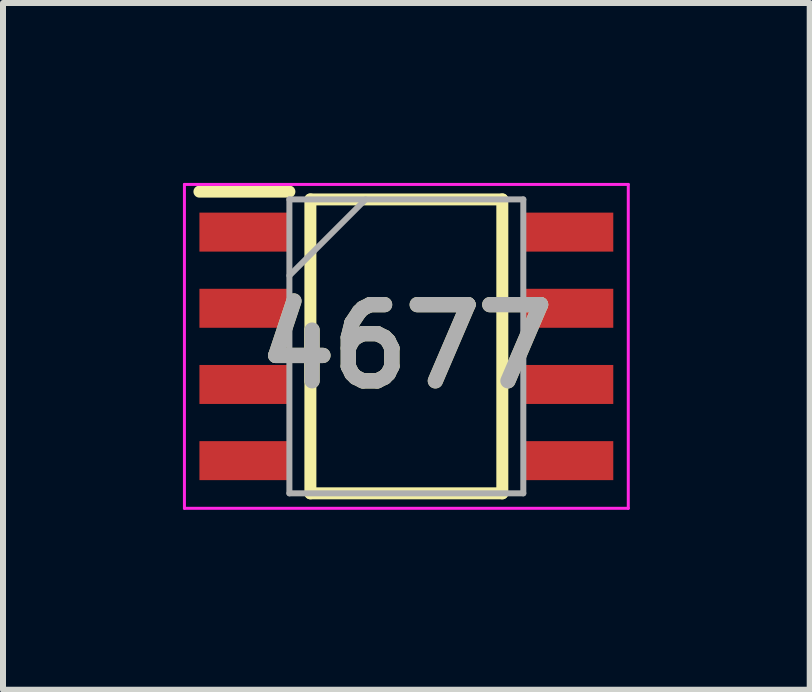
<source format=kicad_pcb>
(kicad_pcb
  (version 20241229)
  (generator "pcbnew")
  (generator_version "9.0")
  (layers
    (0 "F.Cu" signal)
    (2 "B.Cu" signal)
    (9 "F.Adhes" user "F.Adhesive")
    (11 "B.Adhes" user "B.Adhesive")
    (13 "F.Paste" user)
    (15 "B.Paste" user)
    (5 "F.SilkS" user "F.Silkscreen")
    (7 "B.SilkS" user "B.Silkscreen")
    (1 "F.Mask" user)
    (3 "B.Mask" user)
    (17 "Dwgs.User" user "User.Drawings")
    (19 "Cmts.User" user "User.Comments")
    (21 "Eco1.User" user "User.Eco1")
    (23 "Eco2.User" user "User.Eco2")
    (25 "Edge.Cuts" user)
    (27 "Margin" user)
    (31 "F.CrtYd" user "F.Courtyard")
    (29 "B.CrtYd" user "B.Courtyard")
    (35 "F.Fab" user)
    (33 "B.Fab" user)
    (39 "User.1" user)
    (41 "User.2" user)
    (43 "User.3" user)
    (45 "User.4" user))
  (footprint "4677"
    (layer "F.Cu")
    (at 3.725 2.725)
    (property "Reference" "4677" (at 0 0 0) (layer "F.SilkS") (effects (font (size 1.27 1.27) (thickness 0.254))))
    (attr smd)
    (fp_line (start -3.45 -2.58) (end -1.95 -2.58) (stroke (width 0.2) (type solid)) (layer "F.SilkS"))
    (fp_line (start -1.6 -2.45) (end 1.6 -2.45) (stroke (width 0.2) (type solid)) (layer "F.SilkS"))
    (fp_line (start -1.6 2.45) (end -1.6 -2.45) (stroke (width 0.2) (type solid)) (layer "F.SilkS"))
    (fp_line (start 1.6 -2.45) (end 1.6 2.45) (stroke (width 0.2) (type solid)) (layer "F.SilkS"))
    (fp_line (start 1.6 2.45) (end -1.6 2.45) (stroke (width 0.2) (type solid)) (layer "F.SilkS"))
    (fp_line (start -3.7 -2.7) (end 3.7 -2.7) (stroke (width 0.05) (type solid)) (layer "F.CrtYd"))
    (fp_line (start -3.7 2.7) (end -3.7 -2.7) (stroke (width 0.05) (type solid)) (layer "F.CrtYd"))
    (fp_line (start 3.7 -2.7) (end 3.7 2.7) (stroke (width 0.05) (type solid)) (layer "F.CrtYd"))
    (fp_line (start 3.7 2.7) (end -3.7 2.7) (stroke (width 0.05) (type solid)) (layer "F.CrtYd"))
    (fp_line (start -1.95 -2.45) (end 1.95 -2.45) (stroke (width 0.1) (type solid)) (layer "F.Fab"))
    (fp_line (start -1.95 -1.18) (end -0.68 -2.45) (stroke (width 0.1) (type solid)) (layer "F.Fab"))
    (fp_line (start -1.95 2.45) (end -1.95 -2.45) (stroke (width 0.1) (type solid)) (layer "F.Fab"))
    (fp_line (start 1.95 -2.45) (end 1.95 2.45) (stroke (width 0.1) (type solid)) (layer "F.Fab"))
    (fp_line (start 1.95 2.45) (end -1.95 2.45) (stroke (width 0.1) (type solid)) (layer "F.Fab"))
    (fp_text user "${REFERENCE}" (at 0 0 0) (layer "F.Fab") (effects (font (size 1.27 1.27) (thickness 0.254))))
    (pad "1" smd rect (at -2.7 -1.905 90) (size 0.65 1.5) (layers "F.Cu" "F.Mask" "F.Paste"))
    (pad "2" smd rect (at -2.7 -0.635 90) (size 0.65 1.5) (layers "F.Cu" "F.Mask" "F.Paste"))
    (pad "3" smd rect (at -2.7 0.635 90) (size 0.65 1.5) (layers "F.Cu" "F.Mask" "F.Paste"))
    (pad "4" smd rect (at -2.7 1.905 90) (size 0.65 1.5) (layers "F.Cu" "F.Mask" "F.Paste"))
    (pad "5" smd rect (at 2.7 1.905 90) (size 0.65 1.5) (layers "F.Cu" "F.Mask" "F.Paste"))
    (pad "6" smd rect (at 2.7 0.635 90) (size 0.65 1.5) (layers "F.Cu" "F.Mask" "F.Paste"))
    (pad "7" smd rect (at 2.7 -0.635 90) (size 0.65 1.5) (layers "F.Cu" "F.Mask" "F.Paste"))
    (pad "8" smd rect (at 2.7 -1.905 90) (size 0.65 1.5) (layers "F.Cu" "F.Mask" "F.Paste")))
  (gr_rect
    (start -3 -3)
    (end 10.45 8.45)
    (stroke (width 0.1) (type default))
    (fill no)
    (layer "Edge.Cuts")))
</source>
